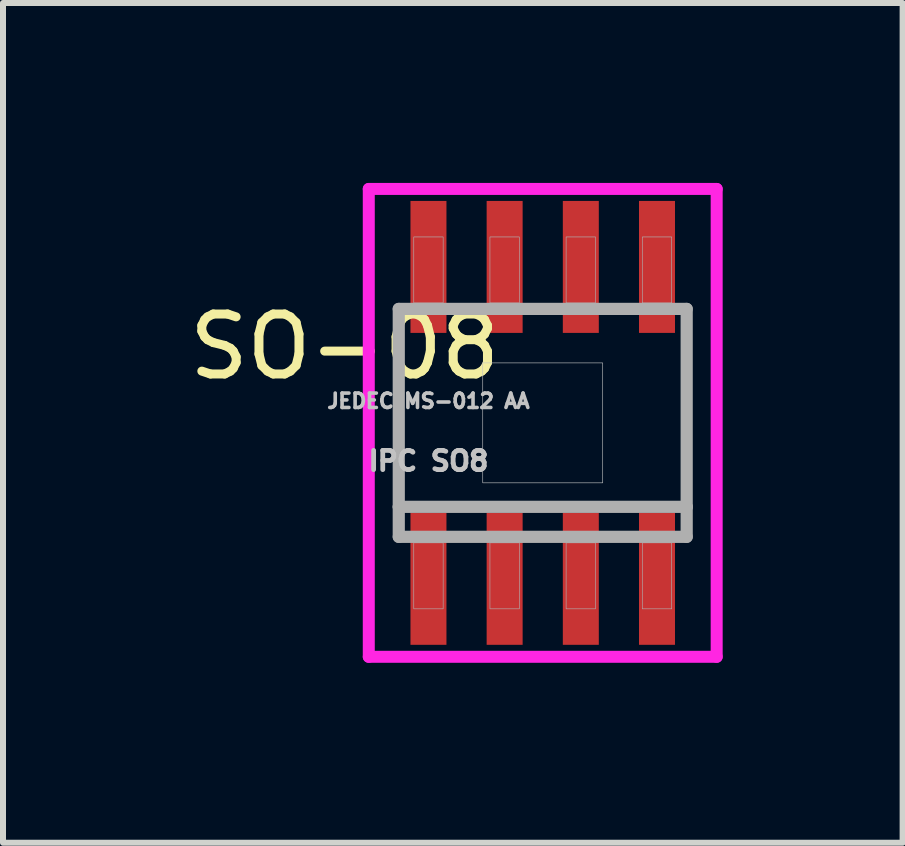
<source format=kicad_pcb>
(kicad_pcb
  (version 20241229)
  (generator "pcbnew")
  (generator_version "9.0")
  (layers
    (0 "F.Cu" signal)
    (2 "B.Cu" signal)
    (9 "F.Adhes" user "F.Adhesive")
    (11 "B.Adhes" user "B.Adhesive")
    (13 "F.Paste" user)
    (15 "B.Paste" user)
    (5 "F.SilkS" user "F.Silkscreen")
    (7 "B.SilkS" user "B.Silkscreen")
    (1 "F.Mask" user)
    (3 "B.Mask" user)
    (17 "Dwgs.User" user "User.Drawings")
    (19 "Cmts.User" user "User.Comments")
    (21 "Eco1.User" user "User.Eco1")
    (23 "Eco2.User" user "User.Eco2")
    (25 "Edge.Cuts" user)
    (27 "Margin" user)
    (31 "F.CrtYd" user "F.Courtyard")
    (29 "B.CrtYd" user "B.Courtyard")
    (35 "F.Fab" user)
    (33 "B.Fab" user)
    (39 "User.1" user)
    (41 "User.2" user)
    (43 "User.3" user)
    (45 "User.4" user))
  (footprint "SO-08"
    (layer "F.Cu")
    (at 5.998 4)
    (property "Reference" "SO-08" (at -3.302 -1.27 180) (layer "F.SilkS") (effects (font (size 1 1) (thickness 0.15))))
    (attr smd)
    (fp_poly (pts (xy -1 -1) (xy 1 -1) (xy 1 1) (xy -1 1)) (stroke (width 0.01) (type solid)) (fill no) (layer "Dwgs.User"))
    (fp_line (start -2.9 -3.9) (end 2.9 -3.9) (stroke (width 0.2) (type solid)) (layer "F.CrtYd"))
    (fp_line (start -2.9 3.9) (end -2.9 -3.9) (stroke (width 0.2) (type solid)) (layer "F.CrtYd"))
    (fp_line (start 2.9 -3.9) (end 2.9 3.9) (stroke (width 0.2) (type solid)) (layer "F.CrtYd"))
    (fp_line (start 2.9 3.9) (end -2.9 3.9) (stroke (width 0.2) (type solid)) (layer "F.CrtYd"))
    (fp_line (start -2.4 -1.9) (end 2.4 -1.9) (stroke (width 0.203) (type solid)) (layer "F.Fab"))
    (fp_line (start -2.4 1.4) (end -2.4 -1.9) (stroke (width 0.203) (type solid)) (layer "F.Fab"))
    (fp_line (start -2.4 1.9) (end -2.4 1.4) (stroke (width 0.203) (type solid)) (layer "F.Fab"))
    (fp_line (start 2.4 -1.9) (end 2.4 1.4) (stroke (width 0.203) (type solid)) (layer "F.Fab"))
    (fp_line (start 2.4 1.4) (end -2.4 1.4) (stroke (width 0.203) (type solid)) (layer "F.Fab"))
    (fp_line (start 2.4 1.4) (end 2.4 1.9) (stroke (width 0.203) (type solid)) (layer "F.Fab"))
    (fp_line (start 2.4 1.9) (end -2.4 1.9) (stroke (width 0.203) (type solid)) (layer "F.Fab"))
    (fp_poly (pts (xy -2.15 -3.1) (xy -1.66 -3.1) (xy -1.66 -2) (xy -2.15 -2)) (stroke (width 0.01) (type solid)) (fill no) (layer "F.Fab"))
    (fp_poly (pts (xy -2.15 2) (xy -1.66 2) (xy -1.66 3.1) (xy -2.15 3.1)) (stroke (width 0.01) (type solid)) (fill no) (layer "F.Fab"))
    (fp_poly (pts (xy -0.88 -3.1) (xy -0.39 -3.1) (xy -0.39 -2) (xy -0.88 -2)) (stroke (width 0.01) (type solid)) (fill no) (layer "F.Fab"))
    (fp_poly (pts (xy -0.88 2) (xy -0.39 2) (xy -0.39 3.1) (xy -0.88 3.1)) (stroke (width 0.01) (type solid)) (fill no) (layer "F.Fab"))
    (fp_poly (pts (xy 0.39 -3.1) (xy 0.88 -3.1) (xy 0.88 -2) (xy 0.39 -2)) (stroke (width 0.01) (type solid)) (fill no) (layer "F.Fab"))
    (fp_poly (pts (xy 0.39 2) (xy 0.88 2) (xy 0.88 3.1) (xy 0.39 3.1)) (stroke (width 0.01) (type solid)) (fill no) (layer "F.Fab"))
    (fp_poly (pts (xy 1.66 -3.1) (xy 2.15 -3.1) (xy 2.15 -2) (xy 1.66 -2)) (stroke (width 0.01) (type solid)) (fill no) (layer "F.Fab"))
    (fp_poly (pts (xy 1.66 2) (xy 2.15 2) (xy 2.15 3.1) (xy 1.66 3.1)) (stroke (width 0.01) (type solid)) (fill no) (layer "F.Fab"))
    (fp_text user "IPC SO8" (at -1.905 0.635 0) (layer "Dwgs.User") (effects (font (size 0.32 0.32) (thickness 0.15))))
    (fp_text user "JEDEC MS-012 AA" (at -1.905 -0.365 0) (layer "Dwgs.User") (effects (font (size 0.24 0.24) (thickness 0.15))))
    (pad "1" smd rect (at -1.905 2.6) (size 0.6 2.2) (layers "F.Cu" "F.Mask" "F.Paste"))
    (pad "2" smd rect (at -0.635 2.6) (size 0.6 2.2) (layers "F.Cu" "F.Mask" "F.Paste"))
    (pad "3" smd rect (at 0.635 2.6) (size 0.6 2.2) (layers "F.Cu" "F.Mask" "F.Paste"))
    (pad "4" smd rect (at 1.905 2.6) (size 0.6 2.2) (layers "F.Cu" "F.Mask" "F.Paste"))
    (pad "5" smd rect (at 1.905 -2.6) (size 0.6 2.2) (layers "F.Cu" "F.Mask" "F.Paste"))
    (pad "6" smd rect (at 0.635 -2.6) (size 0.6 2.2) (layers "F.Cu" "F.Mask" "F.Paste"))
    (pad "7" smd rect (at -0.635 -2.6) (size 0.6 2.2) (layers "F.Cu" "F.Mask" "F.Paste"))
    (pad "8" smd rect (at -1.905 -2.6) (size 0.6 2.2) (layers "F.Cu" "F.Mask" "F.Paste")))
  (gr_rect
    (start -3 -3)
    (end 11.998 11)
    (stroke (width 0.1) (type default))
    (fill no)
    (layer "Edge.Cuts")))
</source>
